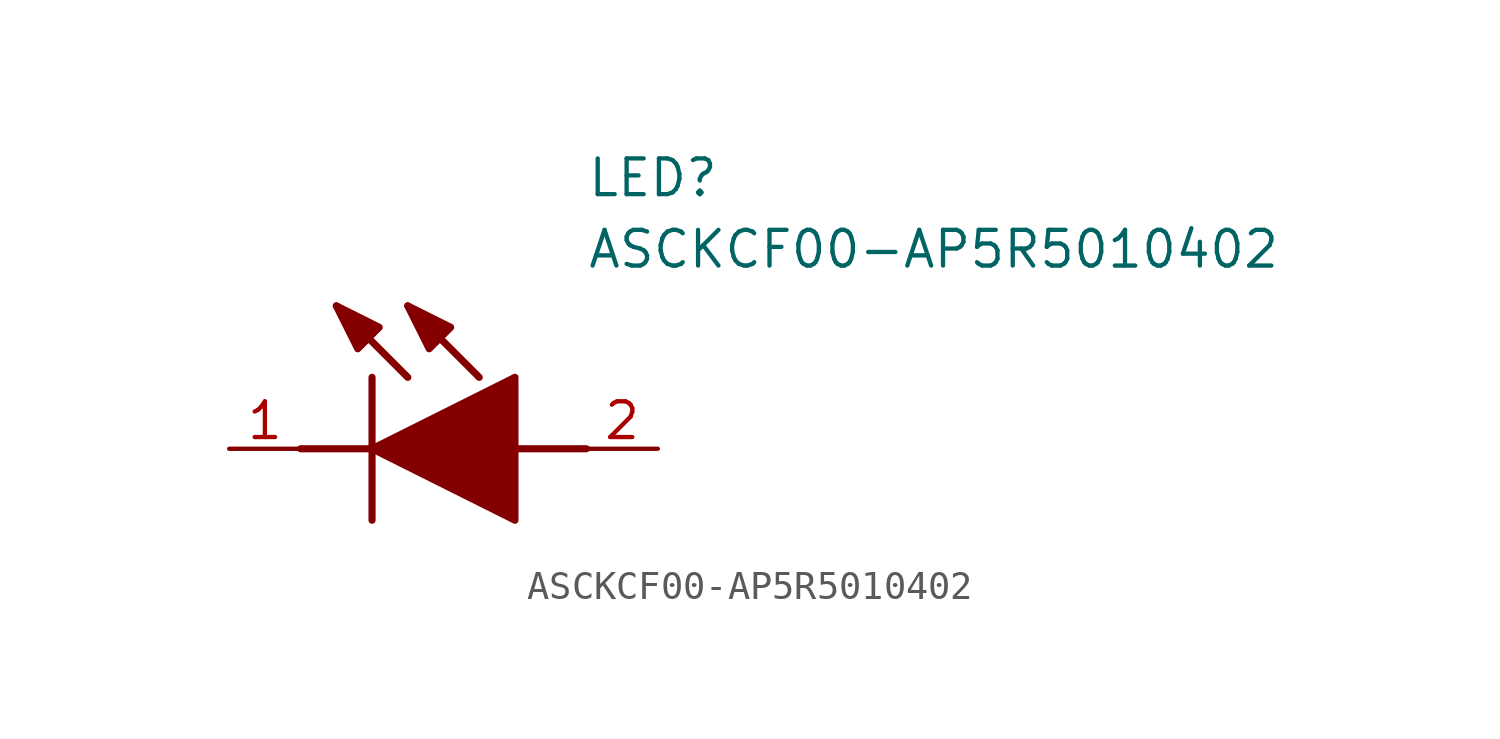
<source format=kicad_sym>
(kicad_symbol_lib
  (version 20211014)
  (generator SamacSys_ECAD_Model)
  (symbol "ASCKCF00-AP5R5010402"
    (pin_names hide)
    (property "Reference" "LED"
      (at 12.7 8.89 0)
      (effects (font (size 1.27 1.27)) (justify left bottom)))
    (property "Value" "ASCKCF00-AP5R5010402"
      (at 12.7 6.35 0)
      (effects (font (size 1.27 1.27)) (justify left bottom)))
    (polyline
      (pts (xy 5.08 2.54) (xy 5.08 -2.54))
      (stroke (width 0.254) (type default))
      (fill (type none)))
    (polyline
      (pts (xy 6.35 2.54) (xy 3.81 5.08))
      (stroke (width 0.254) (type default))
      (fill (type none)))
    (polyline
      (pts (xy 8.89 2.54) (xy 6.35 5.08))
      (stroke (width 0.254) (type default))
      (fill (type none)))
    (polyline
      (pts (xy 2.54 0) (xy 5.08 0))
      (stroke (width 0.254) (type default))
      (fill (type none)))
    (polyline
      (pts (xy 10.16 0) (xy 12.7 0))
      (stroke (width 0.254) (type default))
      (fill (type none)))
    (polyline
      (pts (xy 5.08 0) (xy 10.16 2.54) (xy 10.16 -2.54) (xy 5.08 0))
      (stroke (width 0.254) (type default))
      (fill (type outline)))
    (polyline
      (pts (xy 5.334 4.318) (xy 4.572 3.556) (xy 3.81 5.08) (xy 5.334 4.318))
      (stroke (width 0.254) (type default))
      (fill (type outline)))
    (polyline
      (pts (xy 7.874 4.318) (xy 7.112 3.556) (xy 6.35 5.08) (xy 7.874 4.318))
      (stroke (width 0.254) (type default))
      (fill (type outline)))
    (pin passive line
      (at 0 0 0)
      (length 2.54)
      (name "K" (effects (font (size 1.27 1.27))))
      (number "1" (effects (font (size 1.27 1.27)))))
    (pin passive line
      (at 15.24 0 180)
      (length 2.54)
      (name "A" (effects (font (size 1.27 1.27))))
      (number "2" (effects (font (size 1.27 1.27)))))))
</source>
